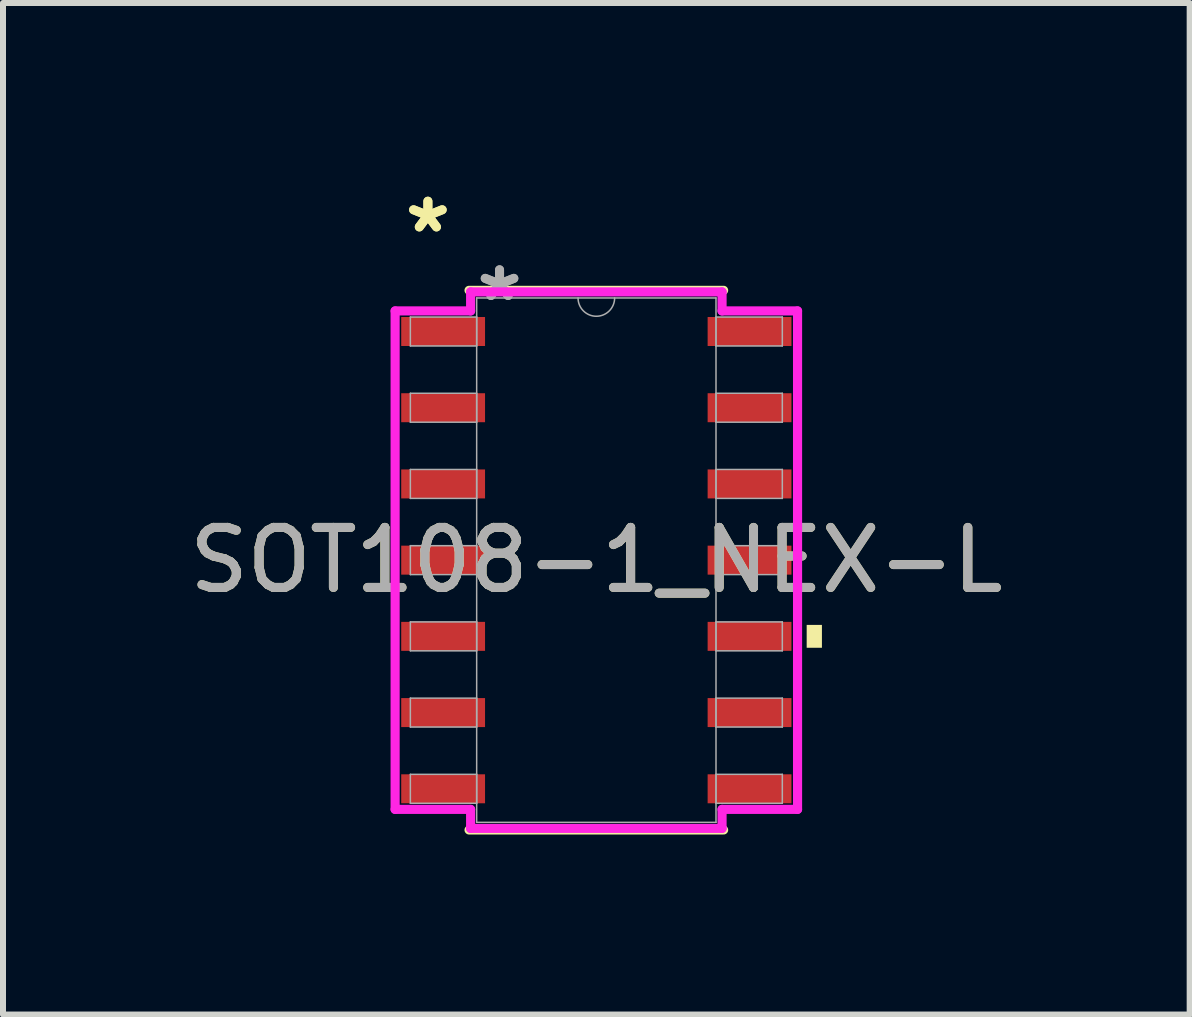
<source format=kicad_pcb>
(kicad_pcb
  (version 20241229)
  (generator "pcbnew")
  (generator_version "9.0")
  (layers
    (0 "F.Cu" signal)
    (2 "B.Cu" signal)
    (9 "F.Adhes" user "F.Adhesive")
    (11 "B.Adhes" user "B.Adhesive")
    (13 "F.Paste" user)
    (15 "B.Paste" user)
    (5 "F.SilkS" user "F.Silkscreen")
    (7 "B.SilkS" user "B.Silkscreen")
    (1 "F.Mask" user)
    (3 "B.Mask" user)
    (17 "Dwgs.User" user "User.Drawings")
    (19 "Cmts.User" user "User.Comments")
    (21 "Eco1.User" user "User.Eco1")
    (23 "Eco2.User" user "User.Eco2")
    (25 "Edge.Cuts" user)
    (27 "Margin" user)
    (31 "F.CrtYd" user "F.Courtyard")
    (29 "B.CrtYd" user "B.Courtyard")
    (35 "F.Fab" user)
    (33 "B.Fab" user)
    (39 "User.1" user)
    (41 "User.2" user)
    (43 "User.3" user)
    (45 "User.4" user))
  (footprint "SOT108-1_NEX-L"
    (layer "F.Cu")
    (at 6.887 6.284)
    (property "Reference" "SOT108-1_NEX-L" (at 0 0 0) (unlocked yes) (layer "F.SilkS") (effects (font (size 1 1) (thickness 0.15))))
    (attr smd)
    (fp_line (start -2.121 4.496) (end 2.121 4.496) (stroke (width 0.152) (type solid)) (layer "F.SilkS"))
    (fp_line (start 2.121 -4.496) (end -2.121 -4.496) (stroke (width 0.152) (type solid)) (layer "F.SilkS"))
    (fp_poly (pts (xy 3.759 1.079) (xy 3.759 1.46) (xy 3.505 1.46) (xy 3.505 1.079)) (stroke (width 0) (type solid)) (fill yes) (layer "F.SilkS"))
    (fp_line (start -3.353 -4.153) (end -2.095 -4.153) (stroke (width 0.152) (type solid)) (layer "F.CrtYd"))
    (fp_line (start -3.353 4.153) (end -3.353 -4.153) (stroke (width 0.152) (type solid)) (layer "F.CrtYd"))
    (fp_line (start -3.353 4.153) (end -2.095 4.153) (stroke (width 0.152) (type solid)) (layer "F.CrtYd"))
    (fp_line (start -2.095 -4.47) (end 2.095 -4.47) (stroke (width 0.152) (type solid)) (layer "F.CrtYd"))
    (fp_line (start -2.095 -4.153) (end -2.095 -4.47) (stroke (width 0.152) (type solid)) (layer "F.CrtYd"))
    (fp_line (start -2.095 4.47) (end -2.095 4.153) (stroke (width 0.152) (type solid)) (layer "F.CrtYd"))
    (fp_line (start 2.095 -4.47) (end 2.095 -4.153) (stroke (width 0.152) (type solid)) (layer "F.CrtYd"))
    (fp_line (start 2.095 4.153) (end 2.095 4.47) (stroke (width 0.152) (type solid)) (layer "F.CrtYd"))
    (fp_line (start 2.095 4.47) (end -2.095 4.47) (stroke (width 0.152) (type solid)) (layer "F.CrtYd"))
    (fp_line (start 3.353 -4.153) (end 2.095 -4.153) (stroke (width 0.152) (type solid)) (layer "F.CrtYd"))
    (fp_line (start 3.353 -4.153) (end 3.353 4.153) (stroke (width 0.152) (type solid)) (layer "F.CrtYd"))
    (fp_line (start 3.353 4.153) (end 2.095 4.153) (stroke (width 0.152) (type solid)) (layer "F.CrtYd"))
    (fp_line (start -3.099 -4.051) (end -3.099 -3.569) (stroke (width 0.025) (type solid)) (layer "F.Fab"))
    (fp_line (start -3.099 -3.569) (end -1.994 -3.569) (stroke (width 0.025) (type solid)) (layer "F.Fab"))
    (fp_line (start -3.099 -2.781) (end -3.099 -2.299) (stroke (width 0.025) (type solid)) (layer "F.Fab"))
    (fp_line (start -3.099 -2.299) (end -1.994 -2.299) (stroke (width 0.025) (type solid)) (layer "F.Fab"))
    (fp_line (start -3.099 -1.511) (end -3.099 -1.029) (stroke (width 0.025) (type solid)) (layer "F.Fab"))
    (fp_line (start -3.099 -1.029) (end -1.994 -1.029) (stroke (width 0.025) (type solid)) (layer "F.Fab"))
    (fp_line (start -3.099 -0.241) (end -3.099 0.241) (stroke (width 0.025) (type solid)) (layer "F.Fab"))
    (fp_line (start -3.099 0.241) (end -1.994 0.241) (stroke (width 0.025) (type solid)) (layer "F.Fab"))
    (fp_line (start -3.099 1.029) (end -3.099 1.511) (stroke (width 0.025) (type solid)) (layer "F.Fab"))
    (fp_line (start -3.099 1.511) (end -1.994 1.511) (stroke (width 0.025) (type solid)) (layer "F.Fab"))
    (fp_line (start -3.099 2.299) (end -3.099 2.781) (stroke (width 0.025) (type solid)) (layer "F.Fab"))
    (fp_line (start -3.099 2.781) (end -1.994 2.781) (stroke (width 0.025) (type solid)) (layer "F.Fab"))
    (fp_line (start -3.099 3.569) (end -3.099 4.051) (stroke (width 0.025) (type solid)) (layer "F.Fab"))
    (fp_line (start -3.099 4.051) (end -1.994 4.051) (stroke (width 0.025) (type solid)) (layer "F.Fab"))
    (fp_line (start -1.994 -4.369) (end -1.994 4.369) (stroke (width 0.025) (type solid)) (layer "F.Fab"))
    (fp_line (start -1.994 -4.051) (end -3.099 -4.051) (stroke (width 0.025) (type solid)) (layer "F.Fab"))
    (fp_line (start -1.994 -3.569) (end -1.994 -4.051) (stroke (width 0.025) (type solid)) (layer "F.Fab"))
    (fp_line (start -1.994 -2.781) (end -3.099 -2.781) (stroke (width 0.025) (type solid)) (layer "F.Fab"))
    (fp_line (start -1.994 -2.299) (end -1.994 -2.781) (stroke (width 0.025) (type solid)) (layer "F.Fab"))
    (fp_line (start -1.994 -1.511) (end -3.099 -1.511) (stroke (width 0.025) (type solid)) (layer "F.Fab"))
    (fp_line (start -1.994 -1.029) (end -1.994 -1.511) (stroke (width 0.025) (type solid)) (layer "F.Fab"))
    (fp_line (start -1.994 -0.241) (end -3.099 -0.241) (stroke (width 0.025) (type solid)) (layer "F.Fab"))
    (fp_line (start -1.994 0.241) (end -1.994 -0.241) (stroke (width 0.025) (type solid)) (layer "F.Fab"))
    (fp_line (start -1.994 1.029) (end -3.099 1.029) (stroke (width 0.025) (type solid)) (layer "F.Fab"))
    (fp_line (start -1.994 1.511) (end -1.994 1.029) (stroke (width 0.025) (type solid)) (layer "F.Fab"))
    (fp_line (start -1.994 2.299) (end -3.099 2.299) (stroke (width 0.025) (type solid)) (layer "F.Fab"))
    (fp_line (start -1.994 2.781) (end -1.994 2.299) (stroke (width 0.025) (type solid)) (layer "F.Fab"))
    (fp_line (start -1.994 3.569) (end -3.099 3.569) (stroke (width 0.025) (type solid)) (layer "F.Fab"))
    (fp_line (start -1.994 4.051) (end -1.994 3.569) (stroke (width 0.025) (type solid)) (layer "F.Fab"))
    (fp_line (start -1.994 4.369) (end 1.994 4.369) (stroke (width 0.025) (type solid)) (layer "F.Fab"))
    (fp_line (start 1.994 -4.369) (end -1.994 -4.369) (stroke (width 0.025) (type solid)) (layer "F.Fab"))
    (fp_line (start 1.994 -4.051) (end 1.994 -3.569) (stroke (width 0.025) (type solid)) (layer "F.Fab"))
    (fp_line (start 1.994 -3.569) (end 3.099 -3.569) (stroke (width 0.025) (type solid)) (layer "F.Fab"))
    (fp_line (start 1.994 -2.781) (end 1.994 -2.299) (stroke (width 0.025) (type solid)) (layer "F.Fab"))
    (fp_line (start 1.994 -2.299) (end 3.099 -2.299) (stroke (width 0.025) (type solid)) (layer "F.Fab"))
    (fp_line (start 1.994 -1.511) (end 1.994 -1.029) (stroke (width 0.025) (type solid)) (layer "F.Fab"))
    (fp_line (start 1.994 -1.029) (end 3.099 -1.029) (stroke (width 0.025) (type solid)) (layer "F.Fab"))
    (fp_line (start 1.994 -0.241) (end 1.994 0.241) (stroke (width 0.025) (type solid)) (layer "F.Fab"))
    (fp_line (start 1.994 0.241) (end 3.099 0.241) (stroke (width 0.025) (type solid)) (layer "F.Fab"))
    (fp_line (start 1.994 1.029) (end 1.994 1.511) (stroke (width 0.025) (type solid)) (layer "F.Fab"))
    (fp_line (start 1.994 1.511) (end 3.099 1.511) (stroke (width 0.025) (type solid)) (layer "F.Fab"))
    (fp_line (start 1.994 2.299) (end 1.994 2.781) (stroke (width 0.025) (type solid)) (layer "F.Fab"))
    (fp_line (start 1.994 2.781) (end 3.099 2.781) (stroke (width 0.025) (type solid)) (layer "F.Fab"))
    (fp_line (start 1.994 3.569) (end 1.994 4.051) (stroke (width 0.025) (type solid)) (layer "F.Fab"))
    (fp_line (start 1.994 4.051) (end 3.099 4.051) (stroke (width 0.025) (type solid)) (layer "F.Fab"))
    (fp_line (start 1.994 4.369) (end 1.994 -4.369) (stroke (width 0.025) (type solid)) (layer "F.Fab"))
    (fp_line (start 3.099 -4.051) (end 1.994 -4.051) (stroke (width 0.025) (type solid)) (layer "F.Fab"))
    (fp_line (start 3.099 -3.569) (end 3.099 -4.051) (stroke (width 0.025) (type solid)) (layer "F.Fab"))
    (fp_line (start 3.099 -2.781) (end 1.994 -2.781) (stroke (width 0.025) (type solid)) (layer "F.Fab"))
    (fp_line (start 3.099 -2.299) (end 3.099 -2.781) (stroke (width 0.025) (type solid)) (layer "F.Fab"))
    (fp_line (start 3.099 -1.511) (end 1.994 -1.511) (stroke (width 0.025) (type solid)) (layer "F.Fab"))
    (fp_line (start 3.099 -1.029) (end 3.099 -1.511) (stroke (width 0.025) (type solid)) (layer "F.Fab"))
    (fp_line (start 3.099 -0.241) (end 1.994 -0.241) (stroke (width 0.025) (type solid)) (layer "F.Fab"))
    (fp_line (start 3.099 0.241) (end 3.099 -0.241) (stroke (width 0.025) (type solid)) (layer "F.Fab"))
    (fp_line (start 3.099 1.029) (end 1.994 1.029) (stroke (width 0.025) (type solid)) (layer "F.Fab"))
    (fp_line (start 3.099 1.511) (end 3.099 1.029) (stroke (width 0.025) (type solid)) (layer "F.Fab"))
    (fp_line (start 3.099 2.299) (end 1.994 2.299) (stroke (width 0.025) (type solid)) (layer "F.Fab"))
    (fp_line (start 3.099 2.781) (end 3.099 2.299) (stroke (width 0.025) (type solid)) (layer "F.Fab"))
    (fp_line (start 3.099 3.569) (end 1.994 3.569) (stroke (width 0.025) (type solid)) (layer "F.Fab"))
    (fp_line (start 3.099 4.051) (end 3.099 3.569) (stroke (width 0.025) (type solid)) (layer "F.Fab"))
    (fp_arc (start 0.3048 -4.3688) (mid 0 -4.064) (end -0.3048 -4.3688) (stroke (width 0.0254) (type solid)) (layer "F.Fab"))
    (fp_text user "*" (at -2.807 -5.436 0) (unlocked yes) (layer "F.SilkS") (effects (font (size 1 1) (thickness 0.15))))
    (fp_text user "*" (at -2.807 -5.436 0) (layer "F.SilkS") (effects (font (size 1 1) (thickness 0.15))))
    (fp_text user "${REFERENCE}" (at 0 0 0) (unlocked yes) (layer "F.Fab") (effects (font (size 1 1) (thickness 0.15))))
    (fp_text user "*" (at -1.613 -4.293 0) (unlocked yes) (layer "F.Fab") (effects (font (size 1 1) (thickness 0.15))))
    (fp_text user "*" (at -1.613 -4.293 0) (layer "F.Fab") (effects (font (size 1 1) (thickness 0.15))))
    (pad "1" smd rect (at -2.553 -3.81) (size 1.397 0.483) (layers "F.Cu" "F.Mask" "F.Paste"))
    (pad "2" smd rect (at -2.553 -2.54) (size 1.397 0.483) (layers "F.Cu" "F.Mask" "F.Paste"))
    (pad "3" smd rect (at -2.553 -1.27) (size 1.397 0.483) (layers "F.Cu" "F.Mask" "F.Paste"))
    (pad "4" smd rect (at -2.553 0) (size 1.397 0.483) (layers "F.Cu" "F.Mask" "F.Paste"))
    (pad "5" smd rect (at -2.553 1.27) (size 1.397 0.483) (layers "F.Cu" "F.Mask" "F.Paste"))
    (pad "6" smd rect (at -2.553 2.54) (size 1.397 0.483) (layers "F.Cu" "F.Mask" "F.Paste"))
    (pad "7" smd rect (at -2.553 3.81) (size 1.397 0.483) (layers "F.Cu" "F.Mask" "F.Paste"))
    (pad "8" smd rect (at 2.553 3.81) (size 1.397 0.483) (layers "F.Cu" "F.Mask" "F.Paste"))
    (pad "9" smd rect (at 2.553 2.54) (size 1.397 0.483) (layers "F.Cu" "F.Mask" "F.Paste"))
    (pad "10" smd rect (at 2.553 1.27) (size 1.397 0.483) (layers "F.Cu" "F.Mask" "F.Paste"))
    (pad "11" smd rect (at 2.553 0) (size 1.397 0.483) (layers "F.Cu" "F.Mask" "F.Paste"))
    (pad "12" smd rect (at 2.553 -1.27) (size 1.397 0.483) (layers "F.Cu" "F.Mask" "F.Paste"))
    (pad "13" smd rect (at 2.553 -2.54) (size 1.397 0.483) (layers "F.Cu" "F.Mask" "F.Paste"))
    (pad "14" smd rect (at 2.553 -3.81) (size 1.397 0.483) (layers "F.Cu" "F.Mask" "F.Paste")))
  (gr_rect
    (start -3 -3)
    (end 16.774 13.856)
    (stroke (width 0.1) (type default))
    (fill no)
    (layer "Edge.Cuts")))
</source>
